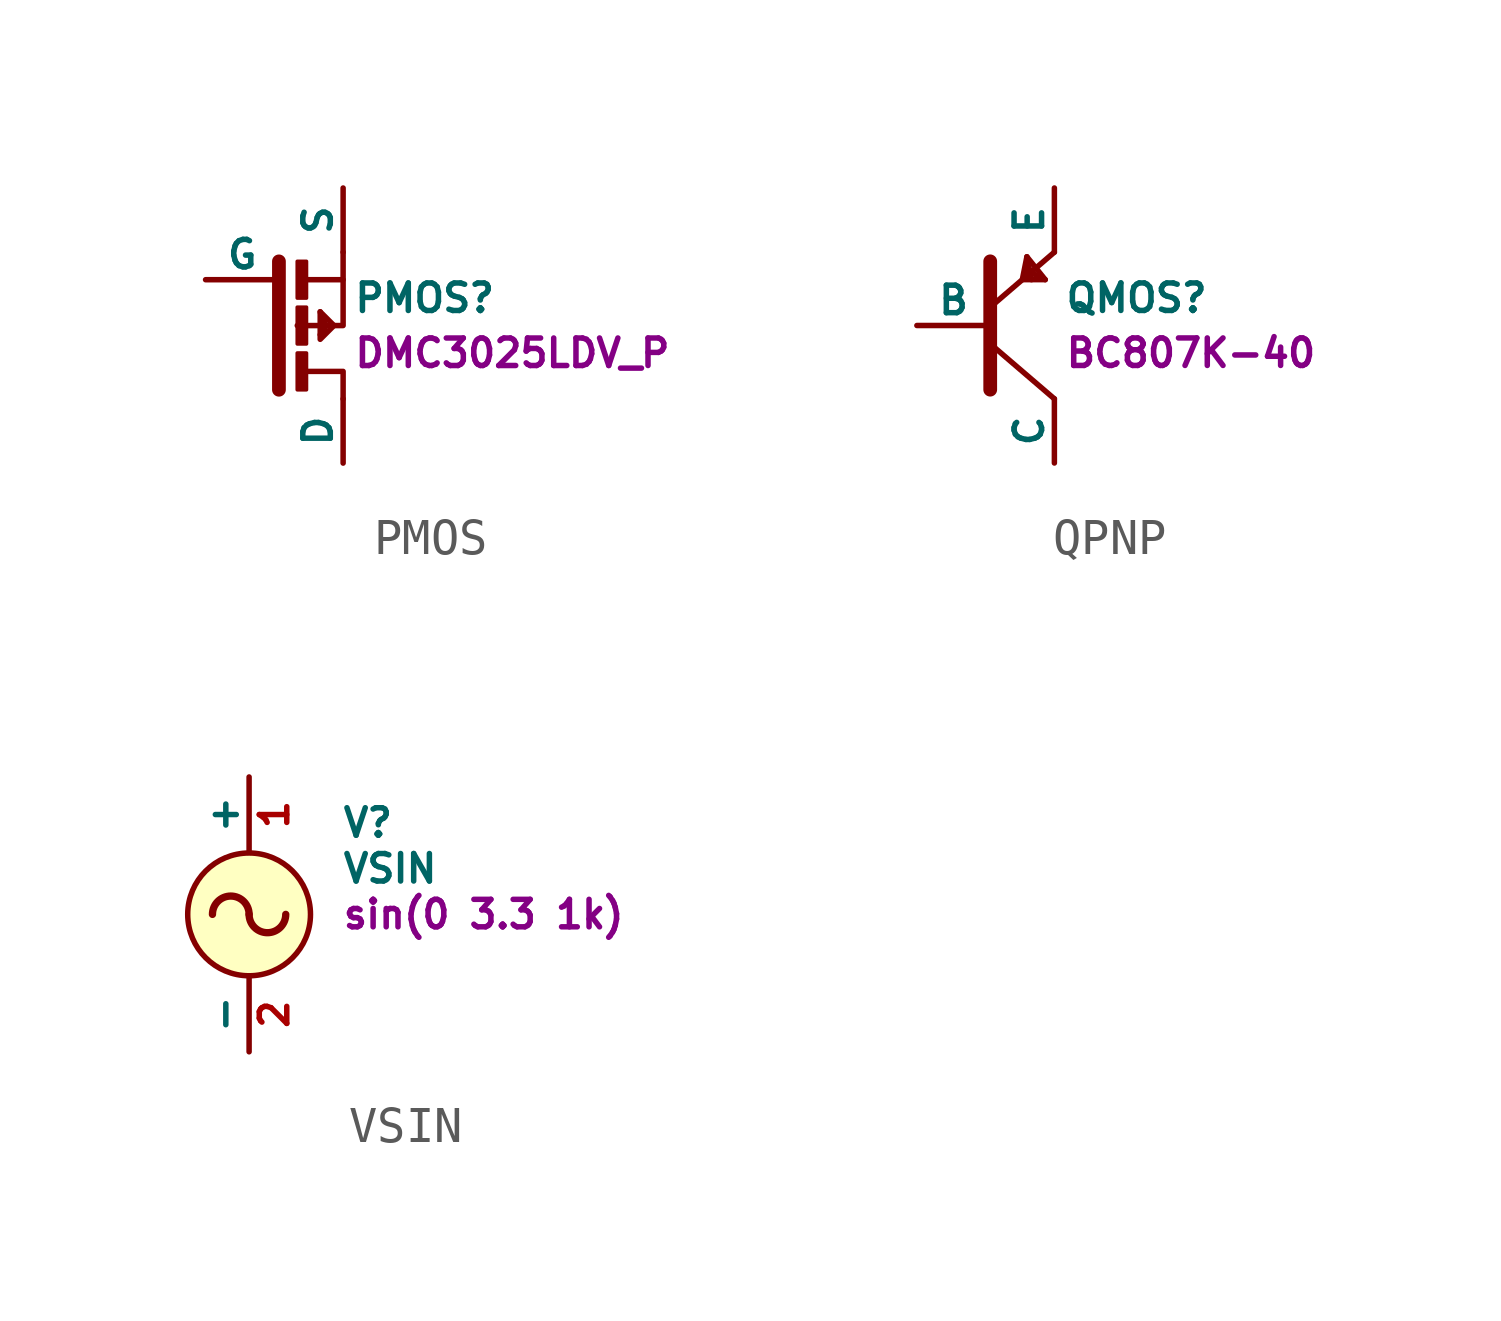
<source format=kicad_sym>
(kicad_symbol_lib
  (version 20220914)
  (generator kicad_symbol_editor)
  (symbol "PMOS"
    (pin_numbers hide)
    (pin_names
      (offset 0))
    (property "Reference" "PMOS"
      (at 1.524 0.762 0)
      (effects (font (size 0.762 0.762)) (justify left)))
    (property "Spice_Model" "DMC3025LDV_P"
      (at 1.524 -0.762 0)
      (effects (font (size 0.762 0.762)) (justify left)))
    (symbol "PMOS_0_1"
      (polyline (pts (xy -0.508 1.778) (xy -0.508 -1.778)) (stroke (width 0.381) (type solid)) (fill (type none)))
      (polyline (pts (xy 0.254 1.27) (xy 1.27 1.27)) (stroke (width 0) (type solid)) (fill (type none)))
      (polyline (pts (xy 0.762 0.127) (xy 0.762 -0.127)) (stroke (width 0) (type solid)) (fill (type none)))
      (polyline (pts (xy 0.254 -1.27) (xy 1.27 -1.27) (xy 1.27 -2.032)) (stroke (width 0) (type solid)) (fill (type none)))
      (polyline (pts (xy 0.635 -0.254) (xy 0.762 -0.127) (xy 0.635 0.381)) (stroke (width 0) (type solid)) (fill (type none)))
      (polyline (pts (xy 1.27 2.032) (xy 1.27 0) (xy 0 0)) (stroke (width 0) (type solid)) (fill (type none)))
      (polyline (pts (xy 1.016 0) (xy 0.635 0.381) (xy 0.635 -0.381) (xy 1.016 0)) (stroke (width 0) (type solid)) (fill (type none)))
      (polyline (pts (xy 0 -0.762) (xy 0 -1.778) (xy 0.254 -1.778) (xy 0.254 -0.762) (xy 0 -0.762)) (stroke (width 0.102) (type solid)) (fill (type outline)))
      (polyline (pts (xy 0 0.508) (xy 0 -0.508) (xy 0.254 -0.508) (xy 0.254 0.508) (xy 0 0.508)) (stroke (width 0.102) (type solid)) (fill (type outline)))
      (polyline (pts (xy 0 1.778) (xy 0 0.762) (xy 0.254 0.762) (xy 0.254 1.778) (xy 0 1.778)) (stroke (width 0.102) (type solid)) (fill (type outline))))
    (symbol "PMOS_1_1"
      (pin passive line (at 1.27 -3.81 90) (length 1.778) (name "D" (effects (font (size 0.762 0.762)))) (number "1" (effects (font (size 0.762 0.762)))))
      (pin passive line (at -2.54 1.27 0) (length 2.032) (name "G" (effects (font (size 0.762 0.762)))) (number "2" (effects (font (size 0.762 0.762)))))
      (pin passive line (at 1.27 3.81 270) (length 1.778) (name "S" (effects (font (size 0.762 0.762)))) (number "3" (effects (font (size 0.762 0.762)))))))
  (symbol "QPNP"
    (pin_numbers hide)
    (pin_names
      (offset 0))
    (property "Reference" "QMOS"
      (at 1.524 0.762 0)
      (effects (font (size 0.762 0.762)) (justify left)))
    (property "Spice_Model" "BC807K-40"
      (at 1.524 -0.762 0)
      (effects (font (size 0.762 0.762)) (justify left)))
    (symbol "QPNP_0_1"
      (polyline (pts (xy -0.508 1.778) (xy -0.508 -1.778)) (stroke (width 0.381) (type solid)) (fill (type none)))
      (polyline (pts (xy 0.508 1.905) (xy 0.635 1.27)) (stroke (width 0) (type solid)) (fill (type none)))
      (polyline (pts (xy 1.016 1.27) (xy 0.508 1.524)) (stroke (width 0) (type solid)) (fill (type none)))
      (polyline (pts (xy 1.27 -2.032) (xy -0.508 -0.508)) (stroke (width 0) (type solid)) (fill (type none)))
      (polyline (pts (xy 1.27 2.032) (xy -0.508 0.508)) (stroke (width 0) (type solid)) (fill (type none)))
      (polyline (pts (xy 0.381 1.27) (xy 1.016 1.27) (xy 0.508 1.905) (xy 0.381 1.27)) (stroke (width 0) (type solid)) (fill (type none))))
    (symbol "QPNP_1_1"
      (pin passive line (at 1.27 -3.81 90) (length 1.778) (name "C" (effects (font (size 0.762 0.762)))) (number "1" (effects (font (size 0.762 0.762)))))
      (pin passive line (at -2.54 0 0) (length 2.032) (name "B" (effects (font (size 0.762 0.762)))) (number "2" (effects (font (size 0.762 0.762)))))
      (pin passive line (at 1.27 3.81 270) (length 1.778) (name "E" (effects (font (size 0.762 0.762)))) (number "3" (effects (font (size 0.762 0.762)))))))
  (symbol "VSIN"
    (pin_names
      (offset 0))
    (property "Reference" "V"
      (at 2.54 2.54 0)
      (effects (font (size 0.762 0.762)) (justify left)))
    (property "Value" "VSIN"
      (at 2.54 1.27 0)
      (effects (font (size 0.762 0.762)) (justify left)))
    (property "Spice_Model" "sin(0 3.3 1k)"
      (at 2.54 0 0)
      (effects (font (size 0.762 0.762)) (justify left)))
    (symbol "VSIN_0_1"
      (arc (start 0 0) (mid -0.508 0.508) (end -1.016 0) (stroke (width 0.2032) (type solid)) (fill (type none)))
      (arc (start 0 0) (mid 0.508 -0.508) (end 1.016 0) (stroke (width 0.2032) (type solid)) (fill (type none)))
      (circle (center 0 0) (radius 1.702) (stroke (width 0) (type solid)) (fill (type background))))
    (symbol "VSIN_1_1"
      (pin power_out line (at 0 3.81 270) (length 2.083) (name "+" (effects (font (size 0.762 0.762)))) (number "1" (effects (font (size 0.762 0.762)))))
      (pin power_out line (at 0 -3.81 90) (length 2.083) (name "-" (effects (font (size 0.762 0.762)))) (number "2" (effects (font (size 0.762 0.762))))))))
</source>
